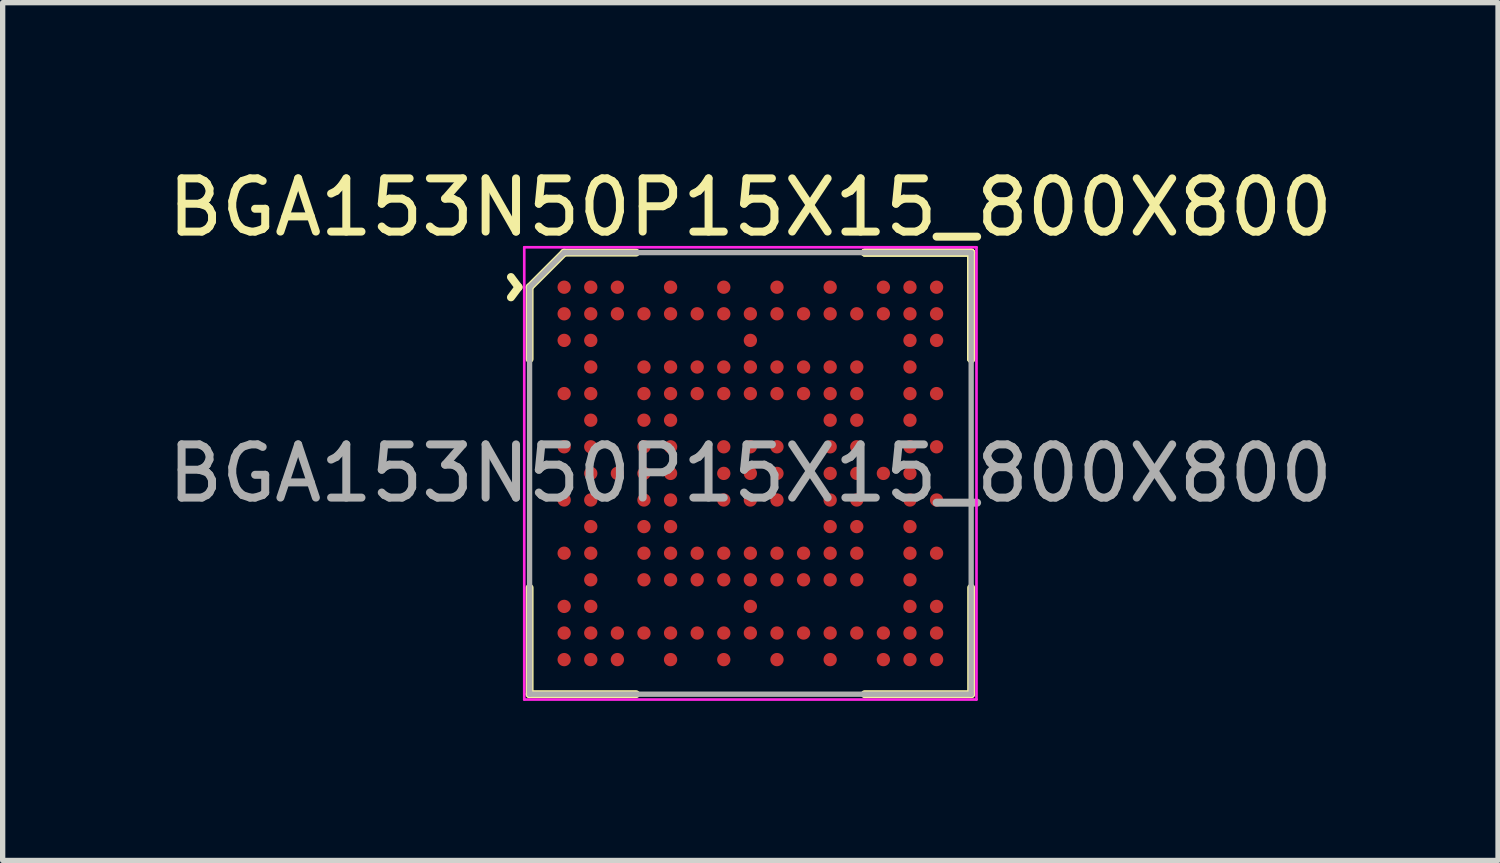
<source format=kicad_pcb>
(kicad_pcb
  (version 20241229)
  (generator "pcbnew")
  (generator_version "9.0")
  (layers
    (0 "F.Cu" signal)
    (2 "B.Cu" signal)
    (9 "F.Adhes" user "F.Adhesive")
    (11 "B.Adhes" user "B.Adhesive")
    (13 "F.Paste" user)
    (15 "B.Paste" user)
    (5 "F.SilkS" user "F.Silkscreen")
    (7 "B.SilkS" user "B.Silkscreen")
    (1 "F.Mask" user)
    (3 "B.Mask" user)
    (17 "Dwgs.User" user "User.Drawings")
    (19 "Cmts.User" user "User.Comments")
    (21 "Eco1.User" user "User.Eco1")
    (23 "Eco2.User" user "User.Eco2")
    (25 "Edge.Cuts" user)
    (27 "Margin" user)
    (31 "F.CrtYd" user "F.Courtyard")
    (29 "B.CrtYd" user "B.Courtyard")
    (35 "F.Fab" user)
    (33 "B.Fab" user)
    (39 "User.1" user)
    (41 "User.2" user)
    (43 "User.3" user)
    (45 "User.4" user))
  (footprint "BGA153N50P15X15_800X800"
    (layer "F.Cu")
    (at 11.054 5.848)
    (property "Reference" "BGA153N50P15X15_800X800" (at 0 -5 0) (layer "F.SilkS") (effects (font (size 1 1) (thickness 0.15))))
    (attr smd)
    (fp_line (start -4.15 -3.5) (end -4.15 -2.15) (stroke (width 0.15) (type solid)) (layer "F.SilkS"))
    (fp_line (start -4.15 4.15) (end -4.15 2.15) (stroke (width 0.15) (type solid)) (layer "F.SilkS"))
    (fp_line (start -3.5 -4.15) (end -4.15 -3.5) (stroke (width 0.15) (type solid)) (layer "F.SilkS"))
    (fp_line (start -2.15 -4.15) (end -3.5 -4.15) (stroke (width 0.15) (type solid)) (layer "F.SilkS"))
    (fp_line (start -2.15 4.15) (end -4.15 4.15) (stroke (width 0.15) (type solid)) (layer "F.SilkS"))
    (fp_line (start 2.15 -4.15) (end 4.15 -4.15) (stroke (width 0.15) (type solid)) (layer "F.SilkS"))
    (fp_line (start 2.15 -4.15) (end 4.15 -4.15) (stroke (width 0.15) (type solid)) (layer "F.SilkS"))
    (fp_line (start 2.15 -4.15) (end 4.15 -4.15) (stroke (width 0.15) (type solid)) (layer "F.SilkS"))
    (fp_line (start 2.15 4.15) (end 4.15 4.15) (stroke (width 0.15) (type solid)) (layer "F.SilkS"))
    (fp_line (start 4.15 -4.15) (end 4.15 -2.15) (stroke (width 0.15) (type solid)) (layer "F.SilkS"))
    (fp_line (start 4.15 -4.15) (end 4.15 -2.15) (stroke (width 0.15) (type solid)) (layer "F.SilkS"))
    (fp_line (start 4.15 -4.15) (end 4.15 -2.15) (stroke (width 0.15) (type solid)) (layer "F.SilkS"))
    (fp_line (start 4.15 4.15) (end 4.15 2.15) (stroke (width 0.15) (type solid)) (layer "F.SilkS"))
    (fp_line (start -4.25 -4.25) (end 4.25 -4.25) (stroke (width 0.05) (type solid)) (layer "F.CrtYd"))
    (fp_line (start -4.25 4.25) (end -4.25 -4.25) (stroke (width 0.05) (type solid)) (layer "F.CrtYd"))
    (fp_line (start 4.25 -4.25) (end 4.25 4.25) (stroke (width 0.05) (type solid)) (layer "F.CrtYd"))
    (fp_line (start 4.25 4.25) (end -4.25 4.25) (stroke (width 0.05) (type solid)) (layer "F.CrtYd"))
    (fp_line (start -4.15 -3.5) (end -3.5 -4.15) (stroke (width 0.1) (type solid)) (layer "F.Fab"))
    (fp_line (start -4.15 4.15) (end -4.15 -3.5) (stroke (width 0.1) (type solid)) (layer "F.Fab"))
    (fp_line (start -3.5 -4.15) (end 4.15 -4.15) (stroke (width 0.1) (type solid)) (layer "F.Fab"))
    (fp_line (start 4.15 -4.15) (end 4.15 4.15) (stroke (width 0.1) (type solid)) (layer "F.Fab"))
    (fp_line (start 4.15 4.15) (end -4.15 4.15) (stroke (width 0.1) (type solid)) (layer "F.Fab"))
    (fp_text user "^" (at -4.95 -3.5 270) (unlocked yes) (layer "F.SilkS") (effects (font (size 1 1) (thickness 0.15))))
    (fp_text user "${REFERENCE}" (at 0 0 0) (layer "F.Fab") (effects (font (size 1 1) (thickness 0.15))))
    (pad "A1" smd circle (at -3.5 -3.5) (size 0.25 0.25) (layers "F.Cu" "F.Mask" "F.Paste"))
    (pad "A2" smd circle (at -3 -3.5) (size 0.25 0.25) (layers "F.Cu" "F.Mask" "F.Paste"))
    (pad "A3" smd circle (at -2.5 -3.5) (size 0.25 0.25) (layers "F.Cu" "F.Mask" "F.Paste"))
    (pad "A5" smd circle (at -1.5 -3.5) (size 0.25 0.25) (layers "F.Cu" "F.Mask" "F.Paste"))
    (pad "A7" smd circle (at -0.5 -3.5) (size 0.25 0.25) (layers "F.Cu" "F.Mask" "F.Paste"))
    (pad "A9" smd circle (at 0.5 -3.5) (size 0.25 0.25) (layers "F.Cu" "F.Mask" "F.Paste"))
    (pad "A11" smd circle (at 1.5 -3.5) (size 0.25 0.25) (layers "F.Cu" "F.Mask" "F.Paste"))
    (pad "A13" smd circle (at 2.5 -3.5) (size 0.25 0.25) (layers "F.Cu" "F.Mask" "F.Paste"))
    (pad "A14" smd circle (at 3 -3.5) (size 0.25 0.25) (layers "F.Cu" "F.Mask" "F.Paste"))
    (pad "A15" smd circle (at 3.5 -3.5) (size 0.25 0.25) (layers "F.Cu" "F.Mask" "F.Paste"))
    (pad "B1" smd circle (at -3.5 -3) (size 0.25 0.25) (layers "F.Cu" "F.Mask" "F.Paste"))
    (pad "B2" smd circle (at -3 -3) (size 0.25 0.25) (layers "F.Cu" "F.Mask" "F.Paste"))
    (pad "B3" smd circle (at -2.5 -3) (size 0.25 0.25) (layers "F.Cu" "F.Mask" "F.Paste"))
    (pad "B4" smd circle (at -2 -3) (size 0.25 0.25) (layers "F.Cu" "F.Mask" "F.Paste"))
    (pad "B5" smd circle (at -1.5 -3) (size 0.25 0.25) (layers "F.Cu" "F.Mask" "F.Paste"))
    (pad "B6" smd circle (at -1 -3) (size 0.25 0.25) (layers "F.Cu" "F.Mask" "F.Paste"))
    (pad "B7" smd circle (at -0.5 -3) (size 0.25 0.25) (layers "F.Cu" "F.Mask" "F.Paste"))
    (pad "B8" smd circle (at 0 -3) (size 0.25 0.25) (layers "F.Cu" "F.Mask" "F.Paste"))
    (pad "B9" smd circle (at 0.5 -3) (size 0.25 0.25) (layers "F.Cu" "F.Mask" "F.Paste"))
    (pad "B10" smd circle (at 1 -3) (size 0.25 0.25) (layers "F.Cu" "F.Mask" "F.Paste"))
    (pad "B11" smd circle (at 1.5 -3) (size 0.25 0.25) (layers "F.Cu" "F.Mask" "F.Paste"))
    (pad "B12" smd circle (at 2 -3) (size 0.25 0.25) (layers "F.Cu" "F.Mask" "F.Paste"))
    (pad "B13" smd circle (at 2.5 -3) (size 0.25 0.25) (layers "F.Cu" "F.Mask" "F.Paste"))
    (pad "B14" smd circle (at 3 -3) (size 0.25 0.25) (layers "F.Cu" "F.Mask" "F.Paste"))
    (pad "B15" smd circle (at 3.5 -3) (size 0.25 0.25) (layers "F.Cu" "F.Mask" "F.Paste"))
    (pad "C1" smd circle (at -3.5 -2.5) (size 0.25 0.25) (layers "F.Cu" "F.Mask" "F.Paste"))
    (pad "C2" smd circle (at -3 -2.5) (size 0.25 0.25) (layers "F.Cu" "F.Mask" "F.Paste"))
    (pad "C8" smd circle (at 0 -2.5) (size 0.25 0.25) (layers "F.Cu" "F.Mask" "F.Paste"))
    (pad "C14" smd circle (at 3 -2.5) (size 0.25 0.25) (layers "F.Cu" "F.Mask" "F.Paste"))
    (pad "C15" smd circle (at 3.5 -2.5) (size 0.25 0.25) (layers "F.Cu" "F.Mask" "F.Paste"))
    (pad "D2" smd circle (at -3 -2) (size 0.25 0.25) (layers "F.Cu" "F.Mask" "F.Paste"))
    (pad "D4" smd circle (at -2 -2) (size 0.25 0.25) (layers "F.Cu" "F.Mask" "F.Paste"))
    (pad "D5" smd circle (at -1.5 -2) (size 0.25 0.25) (layers "F.Cu" "F.Mask" "F.Paste"))
    (pad "D6" smd circle (at -1 -2) (size 0.25 0.25) (layers "F.Cu" "F.Mask" "F.Paste"))
    (pad "D7" smd circle (at -0.5 -2) (size 0.25 0.25) (layers "F.Cu" "F.Mask" "F.Paste"))
    (pad "D8" smd circle (at 0 -2) (size 0.25 0.25) (layers "F.Cu" "F.Mask" "F.Paste"))
    (pad "D9" smd circle (at 0.5 -2) (size 0.25 0.25) (layers "F.Cu" "F.Mask" "F.Paste"))
    (pad "D10" smd circle (at 1 -2) (size 0.25 0.25) (layers "F.Cu" "F.Mask" "F.Paste"))
    (pad "D11" smd circle (at 1.5 -2) (size 0.25 0.25) (layers "F.Cu" "F.Mask" "F.Paste"))
    (pad "D12" smd circle (at 2 -2) (size 0.25 0.25) (layers "F.Cu" "F.Mask" "F.Paste"))
    (pad "D14" smd circle (at 3 -2) (size 0.25 0.25) (layers "F.Cu" "F.Mask" "F.Paste"))
    (pad "E1" smd circle (at -3.5 -1.5) (size 0.25 0.25) (layers "F.Cu" "F.Mask" "F.Paste"))
    (pad "E2" smd circle (at -3 -1.5) (size 0.25 0.25) (layers "F.Cu" "F.Mask" "F.Paste"))
    (pad "E4" smd circle (at -2 -1.5) (size 0.25 0.25) (layers "F.Cu" "F.Mask" "F.Paste"))
    (pad "E5" smd circle (at -1.5 -1.5) (size 0.25 0.25) (layers "F.Cu" "F.Mask" "F.Paste"))
    (pad "E6" smd circle (at -1 -1.5) (size 0.25 0.25) (layers "F.Cu" "F.Mask" "F.Paste"))
    (pad "E7" smd circle (at -0.5 -1.5) (size 0.25 0.25) (layers "F.Cu" "F.Mask" "F.Paste"))
    (pad "E8" smd circle (at 0 -1.5) (size 0.25 0.25) (layers "F.Cu" "F.Mask" "F.Paste"))
    (pad "E9" smd circle (at 0.5 -1.5) (size 0.25 0.25) (layers "F.Cu" "F.Mask" "F.Paste"))
    (pad "E10" smd circle (at 1 -1.5) (size 0.25 0.25) (layers "F.Cu" "F.Mask" "F.Paste"))
    (pad "E11" smd circle (at 1.5 -1.5) (size 0.25 0.25) (layers "F.Cu" "F.Mask" "F.Paste"))
    (pad "E12" smd circle (at 2 -1.5) (size 0.25 0.25) (layers "F.Cu" "F.Mask" "F.Paste"))
    (pad "E14" smd circle (at 3 -1.5) (size 0.25 0.25) (layers "F.Cu" "F.Mask" "F.Paste"))
    (pad "E15" smd circle (at 3.5 -1.5) (size 0.25 0.25) (layers "F.Cu" "F.Mask" "F.Paste"))
    (pad "F2" smd circle (at -3 -1) (size 0.25 0.25) (layers "F.Cu" "F.Mask" "F.Paste"))
    (pad "F4" smd circle (at -2 -1) (size 0.25 0.25) (layers "F.Cu" "F.Mask" "F.Paste"))
    (pad "F5" smd circle (at -1.5 -1) (size 0.25 0.25) (layers "F.Cu" "F.Mask" "F.Paste"))
    (pad "F11" smd circle (at 1.5 -1) (size 0.25 0.25) (layers "F.Cu" "F.Mask" "F.Paste"))
    (pad "F12" smd circle (at 2 -1) (size 0.25 0.25) (layers "F.Cu" "F.Mask" "F.Paste"))
    (pad "F14" smd circle (at 3 -1) (size 0.25 0.25) (layers "F.Cu" "F.Mask" "F.Paste"))
    (pad "G1" smd circle (at -3.5 -0.5) (size 0.25 0.25) (layers "F.Cu" "F.Mask" "F.Paste"))
    (pad "G2" smd circle (at -3 -0.5) (size 0.25 0.25) (layers "F.Cu" "F.Mask" "F.Paste"))
    (pad "G4" smd circle (at -2 -0.5) (size 0.25 0.25) (layers "F.Cu" "F.Mask" "F.Paste"))
    (pad "G5" smd circle (at -1.5 -0.5) (size 0.25 0.25) (layers "F.Cu" "F.Mask" "F.Paste"))
    (pad "G7" smd circle (at -0.5 -0.5) (size 0.25 0.25) (layers "F.Cu" "F.Mask" "F.Paste"))
    (pad "G8" smd circle (at 0 -0.5) (size 0.25 0.25) (layers "F.Cu" "F.Mask" "F.Paste"))
    (pad "G9" smd circle (at 0.5 -0.5) (size 0.25 0.25) (layers "F.Cu" "F.Mask" "F.Paste"))
    (pad "G11" smd circle (at 1.5 -0.5) (size 0.25 0.25) (layers "F.Cu" "F.Mask" "F.Paste"))
    (pad "G12" smd circle (at 2 -0.5) (size 0.25 0.25) (layers "F.Cu" "F.Mask" "F.Paste"))
    (pad "G14" smd circle (at 3 -0.5) (size 0.25 0.25) (layers "F.Cu" "F.Mask" "F.Paste"))
    (pad "G15" smd circle (at 3.5 -0.5) (size 0.25 0.25) (layers "F.Cu" "F.Mask" "F.Paste"))
    (pad "H2" smd circle (at -3 0) (size 0.25 0.25) (layers "F.Cu" "F.Mask" "F.Paste"))
    (pad "H3" smd circle (at -2.5 0) (size 0.25 0.25) (layers "F.Cu" "F.Mask" "F.Paste"))
    (pad "H4" smd circle (at -2 0) (size 0.25 0.25) (layers "F.Cu" "F.Mask" "F.Paste"))
    (pad "H5" smd circle (at -1.5 0) (size 0.25 0.25) (layers "F.Cu" "F.Mask" "F.Paste"))
    (pad "H7" smd circle (at -0.5 0) (size 0.25 0.25) (layers "F.Cu" "F.Mask" "F.Paste"))
    (pad "H8" smd circle (at 0 0) (size 0.25 0.25) (layers "F.Cu" "F.Mask" "F.Paste"))
    (pad "H9" smd circle (at 0.5 0) (size 0.25 0.25) (layers "F.Cu" "F.Mask" "F.Paste"))
    (pad "H11" smd circle (at 1.5 0) (size 0.25 0.25) (layers "F.Cu" "F.Mask" "F.Paste"))
    (pad "H12" smd circle (at 2 0) (size 0.25 0.25) (layers "F.Cu" "F.Mask" "F.Paste"))
    (pad "H13" smd circle (at 2.5 0) (size 0.25 0.25) (layers "F.Cu" "F.Mask" "F.Paste"))
    (pad "H14" smd circle (at 3 0) (size 0.25 0.25) (layers "F.Cu" "F.Mask" "F.Paste"))
    (pad "J1" smd circle (at -3.5 0.5) (size 0.25 0.25) (layers "F.Cu" "F.Mask" "F.Paste"))
    (pad "J2" smd circle (at -3 0.5) (size 0.25 0.25) (layers "F.Cu" "F.Mask" "F.Paste"))
    (pad "J4" smd circle (at -2 0.5) (size 0.25 0.25) (layers "F.Cu" "F.Mask" "F.Paste"))
    (pad "J5" smd circle (at -1.5 0.5) (size 0.25 0.25) (layers "F.Cu" "F.Mask" "F.Paste"))
    (pad "J7" smd circle (at -0.5 0.5) (size 0.25 0.25) (layers "F.Cu" "F.Mask" "F.Paste"))
    (pad "J8" smd circle (at 0 0.5) (size 0.25 0.25) (layers "F.Cu" "F.Mask" "F.Paste"))
    (pad "J9" smd circle (at 0.5 0.5) (size 0.25 0.25) (layers "F.Cu" "F.Mask" "F.Paste"))
    (pad "J11" smd circle (at 1.5 0.5) (size 0.25 0.25) (layers "F.Cu" "F.Mask" "F.Paste"))
    (pad "J12" smd circle (at 2 0.5) (size 0.25 0.25) (layers "F.Cu" "F.Mask" "F.Paste"))
    (pad "J14" smd circle (at 3 0.5) (size 0.25 0.25) (layers "F.Cu" "F.Mask" "F.Paste"))
    (pad "J15" smd circle (at 3.5 0.5) (size 0.25 0.25) (layers "F.Cu" "F.Mask" "F.Paste"))
    (pad "K2" smd circle (at -3 1) (size 0.25 0.25) (layers "F.Cu" "F.Mask" "F.Paste"))
    (pad "K4" smd circle (at -2 1) (size 0.25 0.25) (layers "F.Cu" "F.Mask" "F.Paste"))
    (pad "K5" smd circle (at -1.5 1) (size 0.25 0.25) (layers "F.Cu" "F.Mask" "F.Paste"))
    (pad "K11" smd circle (at 1.5 1) (size 0.25 0.25) (layers "F.Cu" "F.Mask" "F.Paste"))
    (pad "K12" smd circle (at 2 1) (size 0.25 0.25) (layers "F.Cu" "F.Mask" "F.Paste"))
    (pad "K14" smd circle (at 3 1) (size 0.25 0.25) (layers "F.Cu" "F.Mask" "F.Paste"))
    (pad "L1" smd circle (at -3.5 1.5) (size 0.25 0.25) (layers "F.Cu" "F.Mask" "F.Paste"))
    (pad "L2" smd circle (at -3 1.5) (size 0.25 0.25) (layers "F.Cu" "F.Mask" "F.Paste"))
    (pad "L4" smd circle (at -2 1.5) (size 0.25 0.25) (layers "F.Cu" "F.Mask" "F.Paste"))
    (pad "L5" smd circle (at -1.5 1.5) (size 0.25 0.25) (layers "F.Cu" "F.Mask" "F.Paste"))
    (pad "L6" smd circle (at -1 1.5) (size 0.25 0.25) (layers "F.Cu" "F.Mask" "F.Paste"))
    (pad "L7" smd circle (at -0.5 1.5) (size 0.25 0.25) (layers "F.Cu" "F.Mask" "F.Paste"))
    (pad "L8" smd circle (at 0 1.5) (size 0.25 0.25) (layers "F.Cu" "F.Mask" "F.Paste"))
    (pad "L9" smd circle (at 0.5 1.5) (size 0.25 0.25) (layers "F.Cu" "F.Mask" "F.Paste"))
    (pad "L10" smd circle (at 1 1.5) (size 0.25 0.25) (layers "F.Cu" "F.Mask" "F.Paste"))
    (pad "L11" smd circle (at 1.5 1.5) (size 0.25 0.25) (layers "F.Cu" "F.Mask" "F.Paste"))
    (pad "L12" smd circle (at 2 1.5) (size 0.25 0.25) (layers "F.Cu" "F.Mask" "F.Paste"))
    (pad "L14" smd circle (at 3 1.5) (size 0.25 0.25) (layers "F.Cu" "F.Mask" "F.Paste"))
    (pad "L15" smd circle (at 3.5 1.5) (size 0.25 0.25) (layers "F.Cu" "F.Mask" "F.Paste"))
    (pad "M2" smd circle (at -3 2) (size 0.25 0.25) (layers "F.Cu" "F.Mask" "F.Paste"))
    (pad "M4" smd circle (at -2 2) (size 0.25 0.25) (layers "F.Cu" "F.Mask" "F.Paste"))
    (pad "M5" smd circle (at -1.5 2) (size 0.25 0.25) (layers "F.Cu" "F.Mask" "F.Paste"))
    (pad "M6" smd circle (at -1 2) (size 0.25 0.25) (layers "F.Cu" "F.Mask" "F.Paste"))
    (pad "M7" smd circle (at -0.5 2) (size 0.25 0.25) (layers "F.Cu" "F.Mask" "F.Paste"))
    (pad "M8" smd circle (at 0 2) (size 0.25 0.25) (layers "F.Cu" "F.Mask" "F.Paste"))
    (pad "M9" smd circle (at 0.5 2) (size 0.25 0.25) (layers "F.Cu" "F.Mask" "F.Paste"))
    (pad "M10" smd circle (at 1 2) (size 0.25 0.25) (layers "F.Cu" "F.Mask" "F.Paste"))
    (pad "M11" smd circle (at 1.5 2) (size 0.25 0.25) (layers "F.Cu" "F.Mask" "F.Paste"))
    (pad "M12" smd circle (at 2 2) (size 0.25 0.25) (layers "F.Cu" "F.Mask" "F.Paste"))
    (pad "M14" smd circle (at 3 2) (size 0.25 0.25) (layers "F.Cu" "F.Mask" "F.Paste"))
    (pad "N1" smd circle (at -3.5 2.5) (size 0.25 0.25) (layers "F.Cu" "F.Mask" "F.Paste"))
    (pad "N2" smd circle (at -3 2.5) (size 0.25 0.25) (layers "F.Cu" "F.Mask" "F.Paste"))
    (pad "N8" smd circle (at 0 2.5) (size 0.25 0.25) (layers "F.Cu" "F.Mask" "F.Paste"))
    (pad "N14" smd circle (at 3 2.5) (size 0.25 0.25) (layers "F.Cu" "F.Mask" "F.Paste"))
    (pad "N15" smd circle (at 3.5 2.5) (size 0.25 0.25) (layers "F.Cu" "F.Mask" "F.Paste"))
    (pad "P1" smd circle (at -3.5 3) (size 0.25 0.25) (layers "F.Cu" "F.Mask" "F.Paste"))
    (pad "P2" smd circle (at -3 3) (size 0.25 0.25) (layers "F.Cu" "F.Mask" "F.Paste"))
    (pad "P3" smd circle (at -2.5 3) (size 0.25 0.25) (layers "F.Cu" "F.Mask" "F.Paste"))
    (pad "P4" smd circle (at -2 3) (size 0.25 0.25) (layers "F.Cu" "F.Mask" "F.Paste"))
    (pad "P5" smd circle (at -1.5 3) (size 0.25 0.25) (layers "F.Cu" "F.Mask" "F.Paste"))
    (pad "P6" smd circle (at -1 3) (size 0.25 0.25) (layers "F.Cu" "F.Mask" "F.Paste"))
    (pad "P7" smd circle (at -0.5 3) (size 0.25 0.25) (layers "F.Cu" "F.Mask" "F.Paste"))
    (pad "P8" smd circle (at 0 3) (size 0.25 0.25) (layers "F.Cu" "F.Mask" "F.Paste"))
    (pad "P9" smd circle (at 0.5 3) (size 0.25 0.25) (layers "F.Cu" "F.Mask" "F.Paste"))
    (pad "P10" smd circle (at 1 3) (size 0.25 0.25) (layers "F.Cu" "F.Mask" "F.Paste"))
    (pad "P11" smd circle (at 1.5 3) (size 0.25 0.25) (layers "F.Cu" "F.Mask" "F.Paste"))
    (pad "P12" smd circle (at 2 3) (size 0.25 0.25) (layers "F.Cu" "F.Mask" "F.Paste"))
    (pad "P13" smd circle (at 2.5 3) (size 0.25 0.25) (layers "F.Cu" "F.Mask" "F.Paste"))
    (pad "P14" smd circle (at 3 3) (size 0.25 0.25) (layers "F.Cu" "F.Mask" "F.Paste"))
    (pad "P15" smd circle (at 3.5 3) (size 0.25 0.25) (layers "F.Cu" "F.Mask" "F.Paste"))
    (pad "R1" smd circle (at -3.5 3.5) (size 0.25 0.25) (layers "F.Cu" "F.Mask" "F.Paste"))
    (pad "R2" smd circle (at -3 3.5) (size 0.25 0.25) (layers "F.Cu" "F.Mask" "F.Paste"))
    (pad "R3" smd circle (at -2.5 3.5) (size 0.25 0.25) (layers "F.Cu" "F.Mask" "F.Paste"))
    (pad "R5" smd circle (at -1.5 3.5) (size 0.25 0.25) (layers "F.Cu" "F.Mask" "F.Paste"))
    (pad "R7" smd circle (at -0.5 3.5) (size 0.25 0.25) (layers "F.Cu" "F.Mask" "F.Paste"))
    (pad "R9" smd circle (at 0.5 3.5) (size 0.25 0.25) (layers "F.Cu" "F.Mask" "F.Paste"))
    (pad "R11" smd circle (at 1.5 3.5) (size 0.25 0.25) (layers "F.Cu" "F.Mask" "F.Paste"))
    (pad "R13" smd circle (at 2.5 3.5) (size 0.25 0.25) (layers "F.Cu" "F.Mask" "F.Paste"))
    (pad "R14" smd circle (at 3 3.5) (size 0.25 0.25) (layers "F.Cu" "F.Mask" "F.Paste"))
    (pad "R15" smd circle (at 3.5 3.5) (size 0.25 0.25) (layers "F.Cu" "F.Mask" "F.Paste")))
  (gr_rect
    (start -3 -3)
    (end 25.107 13.123)
    (stroke (width 0.1) (type default))
    (fill no)
    (layer "Edge.Cuts")))
</source>
